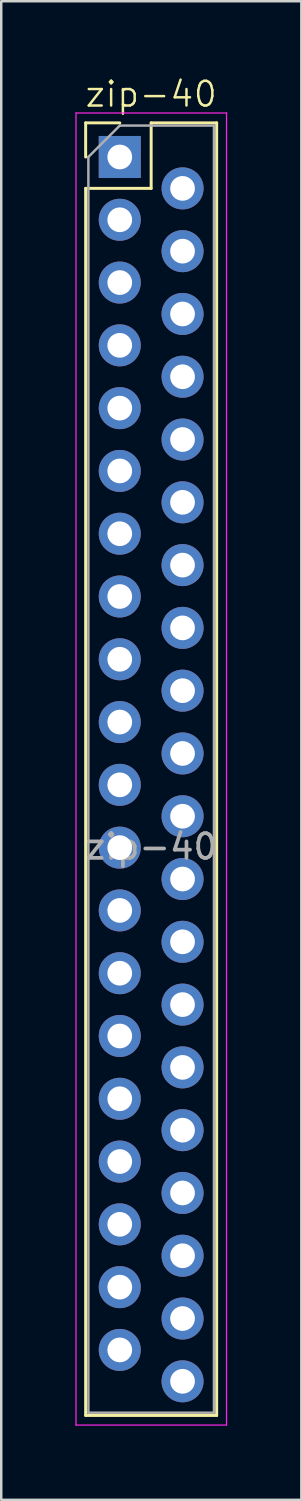
<source format=kicad_pcb>
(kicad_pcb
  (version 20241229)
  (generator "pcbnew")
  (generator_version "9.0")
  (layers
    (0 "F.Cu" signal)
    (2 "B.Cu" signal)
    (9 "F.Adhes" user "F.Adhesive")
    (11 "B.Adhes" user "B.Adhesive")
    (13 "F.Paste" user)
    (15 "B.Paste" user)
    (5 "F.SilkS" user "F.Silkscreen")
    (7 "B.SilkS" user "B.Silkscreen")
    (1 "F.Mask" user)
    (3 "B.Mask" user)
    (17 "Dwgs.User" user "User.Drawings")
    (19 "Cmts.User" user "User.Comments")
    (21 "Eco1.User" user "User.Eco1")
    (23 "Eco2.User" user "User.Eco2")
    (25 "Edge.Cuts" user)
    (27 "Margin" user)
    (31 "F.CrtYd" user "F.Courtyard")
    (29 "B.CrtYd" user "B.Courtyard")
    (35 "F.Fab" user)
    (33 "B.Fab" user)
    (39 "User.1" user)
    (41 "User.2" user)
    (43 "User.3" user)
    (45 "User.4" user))
  (footprint "zip-40"
    (layer "F.Cu")
    (at 3.065 28.701)
    (property "Reference" "zip-40" (at 0 -27.94 0) (unlocked yes) (layer "F.SilkS") (effects (font (size 1 1) (thickness 0.1))))
    (attr through_hole)
    (fp_line (start -2.65 -26.78) (end -1.27 -26.78) (stroke (width 0.12) (type solid)) (layer "F.SilkS"))
    (fp_line (start -2.65 -25.4) (end -2.65 -26.78) (stroke (width 0.12) (type solid)) (layer "F.SilkS"))
    (fp_line (start -2.65 -24.13) (end -2.65 25.51) (stroke (width 0.12) (type solid)) (layer "F.SilkS"))
    (fp_line (start -2.65 -24.13) (end 0 -24.13) (stroke (width 0.12) (type solid)) (layer "F.SilkS"))
    (fp_line (start -2.65 25.51) (end 2.65 25.51) (stroke (width 0.12) (type solid)) (layer "F.SilkS"))
    (fp_line (start 0 -26.78) (end 2.65 -26.78) (stroke (width 0.12) (type solid)) (layer "F.SilkS"))
    (fp_line (start 0 -24.13) (end 0 -26.78) (stroke (width 0.12) (type solid)) (layer "F.SilkS"))
    (fp_line (start 2.65 -26.78) (end 2.65 25.51) (stroke (width 0.12) (type solid)) (layer "F.SilkS"))
    (fp_line (start -3.04 -27.18) (end -3.04 25.9) (stroke (width 0.05) (type solid)) (layer "F.CrtYd"))
    (fp_line (start -3.04 25.9) (end 3.05 25.9) (stroke (width 0.05) (type solid)) (layer "F.CrtYd"))
    (fp_line (start 3.05 -27.18) (end -3.04 -27.18) (stroke (width 0.05) (type solid)) (layer "F.CrtYd"))
    (fp_line (start 3.05 25.9) (end 3.05 -27.18) (stroke (width 0.05) (type solid)) (layer "F.CrtYd"))
    (fp_line (start -2.54 -25.4) (end -1.27 -26.67) (stroke (width 0.1) (type solid)) (layer "F.Fab"))
    (fp_line (start -2.54 25.4) (end -2.54 -25.4) (stroke (width 0.1) (type solid)) (layer "F.Fab"))
    (fp_line (start -1.27 -26.67) (end 2.54 -26.67) (stroke (width 0.1) (type solid)) (layer "F.Fab"))
    (fp_line (start 2.54 -26.67) (end 2.54 25.4) (stroke (width 0.1) (type solid)) (layer "F.Fab"))
    (fp_line (start 2.54 25.4) (end -2.54 25.4) (stroke (width 0.1) (type solid)) (layer "F.Fab"))
    (fp_text user "${REFERENCE}" (at 0 2.5 0) (unlocked yes) (layer "F.Fab") (effects (font (size 1 1) (thickness 0.15))))
    (pad "1" thru_hole rect (at -1.27 -25.4) (size 1.7 1.7) (drill 1) (layers "*.Cu" "*.Mask"))
    (pad "2" thru_hole circle (at 1.27 -24.13) (size 1.7 1.7) (drill 1) (layers "*.Cu" "*.Mask"))
    (pad "3" thru_hole circle (at -1.27 -22.86) (size 1.7 1.7) (drill 1) (layers "*.Cu" "*.Mask"))
    (pad "4" thru_hole circle (at 1.27 -21.59) (size 1.7 1.7) (drill 1) (layers "*.Cu" "*.Mask"))
    (pad "5" thru_hole circle (at -1.27 -20.32) (size 1.7 1.7) (drill 1) (layers "*.Cu" "*.Mask"))
    (pad "6" thru_hole circle (at 1.27 -19.05) (size 1.7 1.7) (drill 1) (layers "*.Cu" "*.Mask"))
    (pad "7" thru_hole circle (at -1.27 -17.78) (size 1.7 1.7) (drill 1) (layers "*.Cu" "*.Mask"))
    (pad "8" thru_hole circle (at 1.27 -16.51) (size 1.7 1.7) (drill 1) (layers "*.Cu" "*.Mask"))
    (pad "9" thru_hole circle (at -1.27 -15.24) (size 1.7 1.7) (drill 1) (layers "*.Cu" "*.Mask"))
    (pad "10" thru_hole circle (at 1.27 -13.97) (size 1.7 1.7) (drill 1) (layers "*.Cu" "*.Mask"))
    (pad "11" thru_hole circle (at -1.27 -12.7) (size 1.7 1.7) (drill 1) (layers "*.Cu" "*.Mask"))
    (pad "12" thru_hole circle (at 1.27 -11.43) (size 1.7 1.7) (drill 1) (layers "*.Cu" "*.Mask"))
    (pad "13" thru_hole circle (at -1.27 -10.16) (size 1.7 1.7) (drill 1) (layers "*.Cu" "*.Mask"))
    (pad "14" thru_hole circle (at 1.27 -8.89) (size 1.7 1.7) (drill 1) (layers "*.Cu" "*.Mask"))
    (pad "15" thru_hole circle (at -1.27 -7.62) (size 1.7 1.7) (drill 1) (layers "*.Cu" "*.Mask"))
    (pad "16" thru_hole circle (at 1.27 -6.35) (size 1.7 1.7) (drill 1) (layers "*.Cu" "*.Mask"))
    (pad "17" thru_hole circle (at -1.27 -5.08) (size 1.7 1.7) (drill 1) (layers "*.Cu" "*.Mask"))
    (pad "18" thru_hole circle (at 1.27 -3.81) (size 1.7 1.7) (drill 1) (layers "*.Cu" "*.Mask"))
    (pad "19" thru_hole circle (at -1.27 -2.54) (size 1.7 1.7) (drill 1) (layers "*.Cu" "*.Mask"))
    (pad "20" thru_hole circle (at 1.27 -1.27) (size 1.7 1.7) (drill 1) (layers "*.Cu" "*.Mask"))
    (pad "21" thru_hole circle (at -1.27 0) (size 1.7 1.7) (drill 1) (layers "*.Cu" "*.Mask"))
    (pad "22" thru_hole circle (at 1.27 1.27) (size 1.7 1.7) (drill 1) (layers "*.Cu" "*.Mask"))
    (pad "23" thru_hole circle (at -1.27 2.54) (size 1.7 1.7) (drill 1) (layers "*.Cu" "*.Mask"))
    (pad "24" thru_hole circle (at 1.27 3.81) (size 1.7 1.7) (drill 1) (layers "*.Cu" "*.Mask"))
    (pad "25" thru_hole circle (at -1.27 5.08) (size 1.7 1.7) (drill 1) (layers "*.Cu" "*.Mask"))
    (pad "26" thru_hole circle (at 1.27 6.35) (size 1.7 1.7) (drill 1) (layers "*.Cu" "*.Mask"))
    (pad "27" thru_hole circle (at -1.27 7.62) (size 1.7 1.7) (drill 1) (layers "*.Cu" "*.Mask"))
    (pad "28" thru_hole circle (at 1.27 8.89) (size 1.7 1.7) (drill 1) (layers "*.Cu" "*.Mask"))
    (pad "29" thru_hole circle (at -1.27 10.16) (size 1.7 1.7) (drill 1) (layers "*.Cu" "*.Mask"))
    (pad "30" thru_hole circle (at 1.27 11.43) (size 1.7 1.7) (drill 1) (layers "*.Cu" "*.Mask"))
    (pad "31" thru_hole circle (at -1.27 12.7) (size 1.7 1.7) (drill 1) (layers "*.Cu" "*.Mask"))
    (pad "32" thru_hole circle (at 1.27 13.97) (size 1.7 1.7) (drill 1) (layers "*.Cu" "*.Mask"))
    (pad "33" thru_hole circle (at -1.27 15.24) (size 1.7 1.7) (drill 1) (layers "*.Cu" "*.Mask"))
    (pad "34" thru_hole circle (at 1.27 16.51) (size 1.7 1.7) (drill 1) (layers "*.Cu" "*.Mask"))
    (pad "35" thru_hole circle (at -1.27 17.78) (size 1.7 1.7) (drill 1) (layers "*.Cu" "*.Mask"))
    (pad "36" thru_hole circle (at 1.27 19.05) (size 1.7 1.7) (drill 1) (layers "*.Cu" "*.Mask"))
    (pad "37" thru_hole circle (at -1.27 20.32) (size 1.7 1.7) (drill 1) (layers "*.Cu" "*.Mask"))
    (pad "38" thru_hole circle (at 1.27 21.59) (size 1.7 1.7) (drill 1) (layers "*.Cu" "*.Mask"))
    (pad "39" thru_hole circle (at -1.27 22.86) (size 1.7 1.7) (drill 1) (layers "*.Cu" "*.Mask"))
    (pad "40" thru_hole circle (at 1.27 24.13) (size 1.7 1.7) (drill 1) (layers "*.Cu" "*.Mask")))
  (gr_rect
    (start -3 -3)
    (end 9.14 57.626)
    (stroke (width 0.1) (type default))
    (fill no)
    (layer "Edge.Cuts")))
</source>
